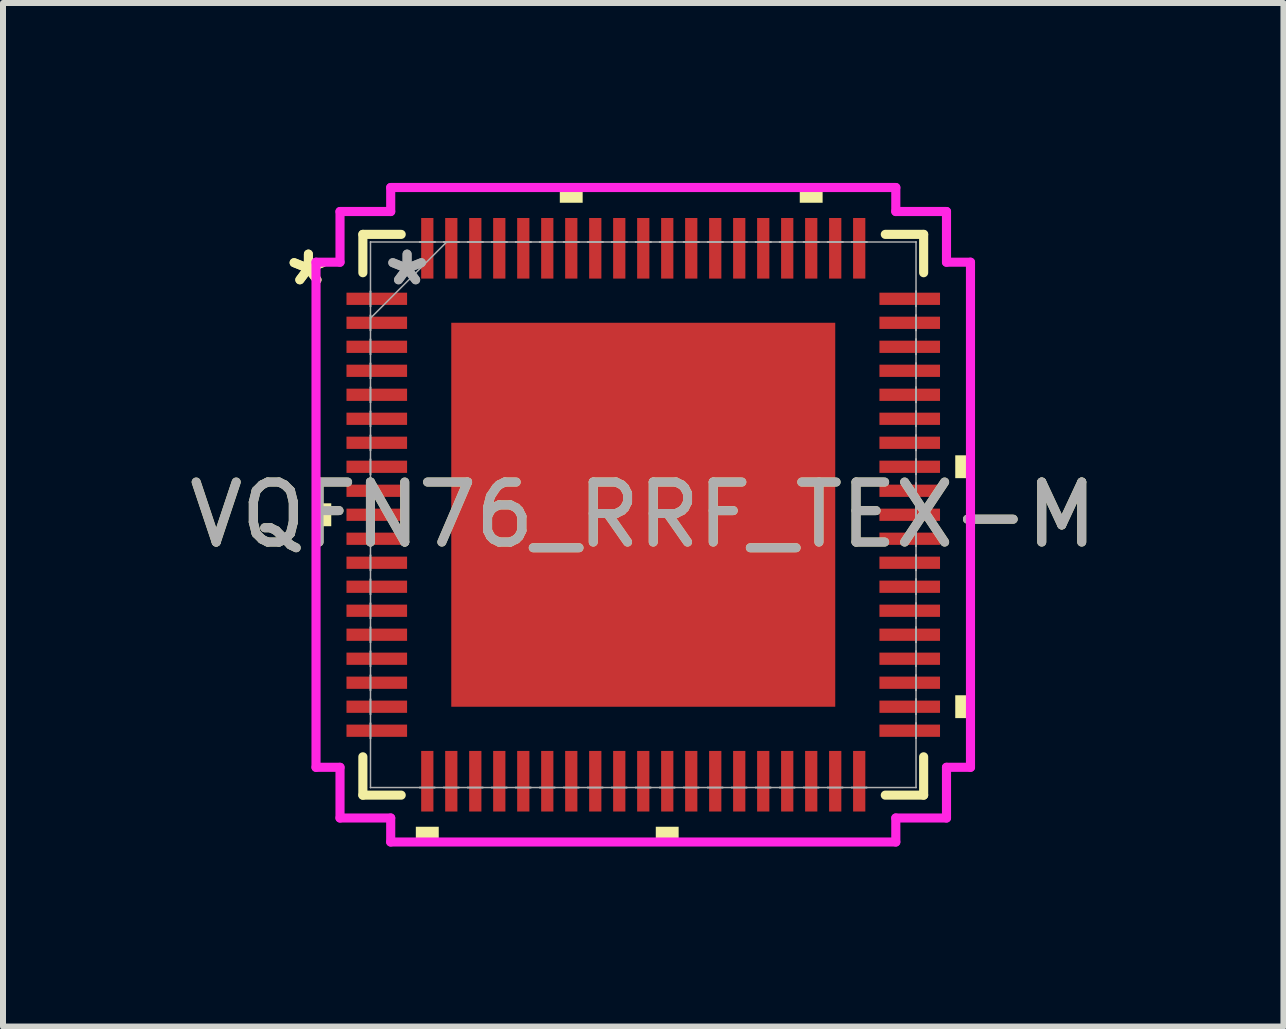
<source format=kicad_pcb>
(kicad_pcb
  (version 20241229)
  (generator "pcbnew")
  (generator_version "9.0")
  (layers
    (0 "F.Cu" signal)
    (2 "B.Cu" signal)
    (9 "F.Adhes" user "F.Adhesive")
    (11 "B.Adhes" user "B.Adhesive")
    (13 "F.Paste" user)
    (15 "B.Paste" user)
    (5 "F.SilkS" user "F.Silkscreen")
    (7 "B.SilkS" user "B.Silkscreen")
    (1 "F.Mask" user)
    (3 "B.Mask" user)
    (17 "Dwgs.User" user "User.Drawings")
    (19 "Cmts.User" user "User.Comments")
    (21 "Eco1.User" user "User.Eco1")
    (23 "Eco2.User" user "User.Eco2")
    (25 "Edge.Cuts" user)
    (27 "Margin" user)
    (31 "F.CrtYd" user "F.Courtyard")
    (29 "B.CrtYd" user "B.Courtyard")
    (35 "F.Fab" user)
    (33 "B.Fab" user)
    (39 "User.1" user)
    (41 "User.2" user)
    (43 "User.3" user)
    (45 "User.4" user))
  (footprint "VQFN76_RRF_TEX-M"
    (layer "F.Cu")
    (at 7.673 5.531)
    (property "Reference" "VQFN76_RRF_TEX-M" (at 0 0 0) (unlocked yes) (layer "F.SilkS") (effects (font (size 1 1) (thickness 0.15))))
    (attr smd)
    (fp_line (start -4.674 -4.674) (end -4.674 -4.035) (stroke (width 0.152) (type solid)) (layer "F.SilkS"))
    (fp_line (start -4.674 4.035) (end -4.674 4.674) (stroke (width 0.152) (type solid)) (layer "F.SilkS"))
    (fp_line (start -4.674 4.674) (end -4.035 4.674) (stroke (width 0.152) (type solid)) (layer "F.SilkS"))
    (fp_line (start -4.035 -4.674) (end -4.674 -4.674) (stroke (width 0.152) (type solid)) (layer "F.SilkS"))
    (fp_line (start 4.035 4.674) (end 4.674 4.674) (stroke (width 0.152) (type solid)) (layer "F.SilkS"))
    (fp_line (start 4.674 -4.674) (end 4.035 -4.674) (stroke (width 0.152) (type solid)) (layer "F.SilkS"))
    (fp_line (start 4.674 -4.035) (end 4.674 -4.674) (stroke (width 0.152) (type solid)) (layer "F.SilkS"))
    (fp_line (start 4.674 4.674) (end 4.674 4.035) (stroke (width 0.152) (type solid)) (layer "F.SilkS"))
    (fp_poly (pts (xy -5.455 -0.191) (xy -5.455 0.191) (xy -5.201 0.191) (xy -5.201 -0.191)) (stroke (width 0) (type solid)) (fill yes) (layer "F.SilkS"))
    (fp_poly (pts (xy -3.791 5.201) (xy -3.791 5.455) (xy -3.409 5.455) (xy -3.409 5.201)) (stroke (width 0) (type solid)) (fill yes) (layer "F.SilkS"))
    (fp_poly (pts (xy -1.391 -5.201) (xy -1.391 -5.455) (xy -1.01 -5.455) (xy -1.01 -5.201)) (stroke (width 0) (type solid)) (fill yes) (layer "F.SilkS"))
    (fp_poly (pts (xy 0.209 5.201) (xy 0.209 5.455) (xy 0.59 5.455) (xy 0.59 5.201)) (stroke (width 0) (type solid)) (fill yes) (layer "F.SilkS"))
    (fp_poly (pts (xy 2.609 -5.201) (xy 2.609 -5.455) (xy 2.99 -5.455) (xy 2.99 -5.201)) (stroke (width 0) (type solid)) (fill yes) (layer "F.SilkS"))
    (fp_poly (pts (xy 5.455 -0.991) (xy 5.455 -0.61) (xy 5.201 -0.61) (xy 5.201 -0.991)) (stroke (width 0) (type solid)) (fill yes) (layer "F.SilkS"))
    (fp_poly (pts (xy 5.455 3.009) (xy 5.455 3.39) (xy 5.201 3.39) (xy 5.201 3.009)) (stroke (width 0) (type solid)) (fill yes) (layer "F.SilkS"))
    (fp_poly (pts (xy -3.1 -3.1) (xy -3.1 -2.02) (xy -2.02 -2.02) (xy -2.02 -3.1)) (stroke (width 0) (type solid)) (fill yes) (layer "F.Paste"))
    (fp_poly (pts (xy -3.1 -1.82) (xy -3.1 -0.74) (xy -2.02 -0.74) (xy -2.02 -1.82)) (stroke (width 0) (type solid)) (fill yes) (layer "F.Paste"))
    (fp_poly (pts (xy -3.1 -0.54) (xy -3.1 0.54) (xy -2.02 0.54) (xy -2.02 -0.54)) (stroke (width 0) (type solid)) (fill yes) (layer "F.Paste"))
    (fp_poly (pts (xy -3.1 0.74) (xy -3.1 1.82) (xy -2.02 1.82) (xy -2.02 0.74)) (stroke (width 0) (type solid)) (fill yes) (layer "F.Paste"))
    (fp_poly (pts (xy -3.1 2.02) (xy -3.1 3.1) (xy -2.02 3.1) (xy -2.02 2.02)) (stroke (width 0) (type solid)) (fill yes) (layer "F.Paste"))
    (fp_poly (pts (xy -1.82 -3.1) (xy -1.82 -2.02) (xy -0.74 -2.02) (xy -0.74 -3.1)) (stroke (width 0) (type solid)) (fill yes) (layer "F.Paste"))
    (fp_poly (pts (xy -1.82 -1.82) (xy -1.82 -0.74) (xy -0.74 -0.74) (xy -0.74 -1.82)) (stroke (width 0) (type solid)) (fill yes) (layer "F.Paste"))
    (fp_poly (pts (xy -1.82 -0.54) (xy -1.82 0.54) (xy -0.74 0.54) (xy -0.74 -0.54)) (stroke (width 0) (type solid)) (fill yes) (layer "F.Paste"))
    (fp_poly (pts (xy -1.82 0.74) (xy -1.82 1.82) (xy -0.74 1.82) (xy -0.74 0.74)) (stroke (width 0) (type solid)) (fill yes) (layer "F.Paste"))
    (fp_poly (pts (xy -1.82 2.02) (xy -1.82 3.1) (xy -0.74 3.1) (xy -0.74 2.02)) (stroke (width 0) (type solid)) (fill yes) (layer "F.Paste"))
    (fp_poly (pts (xy -0.54 -3.1) (xy -0.54 -2.02) (xy 0.54 -2.02) (xy 0.54 -3.1)) (stroke (width 0) (type solid)) (fill yes) (layer "F.Paste"))
    (fp_poly (pts (xy -0.54 -1.82) (xy -0.54 -0.74) (xy 0.54 -0.74) (xy 0.54 -1.82)) (stroke (width 0) (type solid)) (fill yes) (layer "F.Paste"))
    (fp_poly (pts (xy -0.54 -0.54) (xy -0.54 0.54) (xy 0.54 0.54) (xy 0.54 -0.54)) (stroke (width 0) (type solid)) (fill yes) (layer "F.Paste"))
    (fp_poly (pts (xy -0.54 0.74) (xy -0.54 1.82) (xy 0.54 1.82) (xy 0.54 0.74)) (stroke (width 0) (type solid)) (fill yes) (layer "F.Paste"))
    (fp_poly (pts (xy -0.54 2.02) (xy -0.54 3.1) (xy 0.54 3.1) (xy 0.54 2.02)) (stroke (width 0) (type solid)) (fill yes) (layer "F.Paste"))
    (fp_poly (pts (xy 0.74 -3.1) (xy 0.74 -2.02) (xy 1.82 -2.02) (xy 1.82 -3.1)) (stroke (width 0) (type solid)) (fill yes) (layer "F.Paste"))
    (fp_poly (pts (xy 0.74 -1.82) (xy 0.74 -0.74) (xy 1.82 -0.74) (xy 1.82 -1.82)) (stroke (width 0) (type solid)) (fill yes) (layer "F.Paste"))
    (fp_poly (pts (xy 0.74 -0.54) (xy 0.74 0.54) (xy 1.82 0.54) (xy 1.82 -0.54)) (stroke (width 0) (type solid)) (fill yes) (layer "F.Paste"))
    (fp_poly (pts (xy 0.74 0.74) (xy 0.74 1.82) (xy 1.82 1.82) (xy 1.82 0.74)) (stroke (width 0) (type solid)) (fill yes) (layer "F.Paste"))
    (fp_poly (pts (xy 0.74 2.02) (xy 0.74 3.1) (xy 1.82 3.1) (xy 1.82 2.02)) (stroke (width 0) (type solid)) (fill yes) (layer "F.Paste"))
    (fp_poly (pts (xy 2.02 -3.1) (xy 2.02 -2.02) (xy 3.1 -2.02) (xy 3.1 -3.1)) (stroke (width 0) (type solid)) (fill yes) (layer "F.Paste"))
    (fp_poly (pts (xy 2.02 -1.82) (xy 2.02 -0.74) (xy 3.1 -0.74) (xy 3.1 -1.82)) (stroke (width 0) (type solid)) (fill yes) (layer "F.Paste"))
    (fp_poly (pts (xy 2.02 -0.54) (xy 2.02 0.54) (xy 3.1 0.54) (xy 3.1 -0.54)) (stroke (width 0) (type solid)) (fill yes) (layer "F.Paste"))
    (fp_poly (pts (xy 2.02 0.74) (xy 2.02 1.82) (xy 3.1 1.82) (xy 3.1 0.74)) (stroke (width 0) (type solid)) (fill yes) (layer "F.Paste"))
    (fp_poly (pts (xy 2.02 2.02) (xy 2.02 3.1) (xy 3.1 3.1) (xy 3.1 2.02)) (stroke (width 0) (type solid)) (fill yes) (layer "F.Paste"))
    (fp_line (start -5.455 -4.21) (end -5.055 -4.21) (stroke (width 0.152) (type solid)) (layer "F.CrtYd"))
    (fp_line (start -5.455 4.21) (end -5.455 -4.21) (stroke (width 0.152) (type solid)) (layer "F.CrtYd"))
    (fp_line (start -5.055 -5.055) (end -4.21 -5.055) (stroke (width 0.152) (type solid)) (layer "F.CrtYd"))
    (fp_line (start -5.055 -4.21) (end -5.055 -5.055) (stroke (width 0.152) (type solid)) (layer "F.CrtYd"))
    (fp_line (start -5.055 4.21) (end -5.455 4.21) (stroke (width 0.152) (type solid)) (layer "F.CrtYd"))
    (fp_line (start -5.055 5.055) (end -5.055 4.21) (stroke (width 0.152) (type solid)) (layer "F.CrtYd"))
    (fp_line (start -4.21 -5.455) (end 4.21 -5.455) (stroke (width 0.152) (type solid)) (layer "F.CrtYd"))
    (fp_line (start -4.21 -5.055) (end -4.21 -5.455) (stroke (width 0.152) (type solid)) (layer "F.CrtYd"))
    (fp_line (start -4.21 5.055) (end -5.055 5.055) (stroke (width 0.152) (type solid)) (layer "F.CrtYd"))
    (fp_line (start -4.21 5.455) (end -4.21 5.055) (stroke (width 0.152) (type solid)) (layer "F.CrtYd"))
    (fp_line (start 4.21 -5.455) (end 4.21 -5.055) (stroke (width 0.152) (type solid)) (layer "F.CrtYd"))
    (fp_line (start 4.21 -5.055) (end 5.055 -5.055) (stroke (width 0.152) (type solid)) (layer "F.CrtYd"))
    (fp_line (start 4.21 5.055) (end 4.21 5.455) (stroke (width 0.152) (type solid)) (layer "F.CrtYd"))
    (fp_line (start 4.21 5.455) (end -4.21 5.455) (stroke (width 0.152) (type solid)) (layer "F.CrtYd"))
    (fp_line (start 5.055 -5.055) (end 5.055 -4.21) (stroke (width 0.152) (type solid)) (layer "F.CrtYd"))
    (fp_line (start 5.055 -4.21) (end 5.455 -4.21) (stroke (width 0.152) (type solid)) (layer "F.CrtYd"))
    (fp_line (start 5.055 4.21) (end 5.055 5.055) (stroke (width 0.152) (type solid)) (layer "F.CrtYd"))
    (fp_line (start 5.055 5.055) (end 4.21 5.055) (stroke (width 0.152) (type solid)) (layer "F.CrtYd"))
    (fp_line (start 5.455 -4.21) (end 5.455 4.21) (stroke (width 0.152) (type solid)) (layer "F.CrtYd"))
    (fp_line (start 5.455 4.21) (end 5.055 4.21) (stroke (width 0.152) (type solid)) (layer "F.CrtYd"))
    (fp_line (start -4.547 -4.547) (end -4.547 -4.547) (stroke (width 0.025) (type solid)) (layer "F.Fab"))
    (fp_line (start -4.547 -4.547) (end -4.547 4.547) (stroke (width 0.025) (type solid)) (layer "F.Fab"))
    (fp_line (start -4.547 -3.727) (end -4.547 -3.727) (stroke (width 0.025) (type solid)) (layer "F.Fab"))
    (fp_line (start -4.547 -3.727) (end -4.547 -3.473) (stroke (width 0.025) (type solid)) (layer "F.Fab"))
    (fp_line (start -4.547 -3.473) (end -4.547 -3.727) (stroke (width 0.025) (type solid)) (layer "F.Fab"))
    (fp_line (start -4.547 -3.473) (end -4.547 -3.473) (stroke (width 0.025) (type solid)) (layer "F.Fab"))
    (fp_line (start -4.547 -3.327) (end -4.547 -3.327) (stroke (width 0.025) (type solid)) (layer "F.Fab"))
    (fp_line (start -4.547 -3.327) (end -4.547 -3.073) (stroke (width 0.025) (type solid)) (layer "F.Fab"))
    (fp_line (start -4.547 -3.277) (end -3.277 -4.547) (stroke (width 0.025) (type solid)) (layer "F.Fab"))
    (fp_line (start -4.547 -3.073) (end -4.547 -3.327) (stroke (width 0.025) (type solid)) (layer "F.Fab"))
    (fp_line (start -4.547 -3.073) (end -4.547 -3.073) (stroke (width 0.025) (type solid)) (layer "F.Fab"))
    (fp_line (start -4.547 -2.927) (end -4.547 -2.927) (stroke (width 0.025) (type solid)) (layer "F.Fab"))
    (fp_line (start -4.547 -2.927) (end -4.547 -2.673) (stroke (width 0.025) (type solid)) (layer "F.Fab"))
    (fp_line (start -4.547 -2.673) (end -4.547 -2.927) (stroke (width 0.025) (type solid)) (layer "F.Fab"))
    (fp_line (start -4.547 -2.673) (end -4.547 -2.673) (stroke (width 0.025) (type solid)) (layer "F.Fab"))
    (fp_line (start -4.547 -2.527) (end -4.547 -2.527) (stroke (width 0.025) (type solid)) (layer "F.Fab"))
    (fp_line (start -4.547 -2.527) (end -4.547 -2.273) (stroke (width 0.025) (type solid)) (layer "F.Fab"))
    (fp_line (start -4.547 -2.273) (end -4.547 -2.527) (stroke (width 0.025) (type solid)) (layer "F.Fab"))
    (fp_line (start -4.547 -2.273) (end -4.547 -2.273) (stroke (width 0.025) (type solid)) (layer "F.Fab"))
    (fp_line (start -4.547 -2.127) (end -4.547 -2.127) (stroke (width 0.025) (type solid)) (layer "F.Fab"))
    (fp_line (start -4.547 -2.127) (end -4.547 -1.873) (stroke (width 0.025) (type solid)) (layer "F.Fab"))
    (fp_line (start -4.547 -1.873) (end -4.547 -2.127) (stroke (width 0.025) (type solid)) (layer "F.Fab"))
    (fp_line (start -4.547 -1.873) (end -4.547 -1.873) (stroke (width 0.025) (type solid)) (layer "F.Fab"))
    (fp_line (start -4.547 -1.727) (end -4.547 -1.727) (stroke (width 0.025) (type solid)) (layer "F.Fab"))
    (fp_line (start -4.547 -1.727) (end -4.547 -1.473) (stroke (width 0.025) (type solid)) (layer "F.Fab"))
    (fp_line (start -4.547 -1.473) (end -4.547 -1.727) (stroke (width 0.025) (type solid)) (layer "F.Fab"))
    (fp_line (start -4.547 -1.473) (end -4.547 -1.473) (stroke (width 0.025) (type solid)) (layer "F.Fab"))
    (fp_line (start -4.547 -1.327) (end -4.547 -1.327) (stroke (width 0.025) (type solid)) (layer "F.Fab"))
    (fp_line (start -4.547 -1.327) (end -4.547 -1.073) (stroke (width 0.025) (type solid)) (layer "F.Fab"))
    (fp_line (start -4.547 -1.073) (end -4.547 -1.327) (stroke (width 0.025) (type solid)) (layer "F.Fab"))
    (fp_line (start -4.547 -1.073) (end -4.547 -1.073) (stroke (width 0.025) (type solid)) (layer "F.Fab"))
    (fp_line (start -4.547 -0.927) (end -4.547 -0.927) (stroke (width 0.025) (type solid)) (layer "F.Fab"))
    (fp_line (start -4.547 -0.927) (end -4.547 -0.673) (stroke (width 0.025) (type solid)) (layer "F.Fab"))
    (fp_line (start -4.547 -0.673) (end -4.547 -0.927) (stroke (width 0.025) (type solid)) (layer "F.Fab"))
    (fp_line (start -4.547 -0.673) (end -4.547 -0.673) (stroke (width 0.025) (type solid)) (layer "F.Fab"))
    (fp_line (start -4.547 -0.527) (end -4.547 -0.527) (stroke (width 0.025) (type solid)) (layer "F.Fab"))
    (fp_line (start -4.547 -0.527) (end -4.547 -0.273) (stroke (width 0.025) (type solid)) (layer "F.Fab"))
    (fp_line (start -4.547 -0.273) (end -4.547 -0.527) (stroke (width 0.025) (type solid)) (layer "F.Fab"))
    (fp_line (start -4.547 -0.273) (end -4.547 -0.273) (stroke (width 0.025) (type solid)) (layer "F.Fab"))
    (fp_line (start -4.547 -0.127) (end -4.547 -0.127) (stroke (width 0.025) (type solid)) (layer "F.Fab"))
    (fp_line (start -4.547 -0.127) (end -4.547 0.127) (stroke (width 0.025) (type solid)) (layer "F.Fab"))
    (fp_line (start -4.547 0.127) (end -4.547 -0.127) (stroke (width 0.025) (type solid)) (layer "F.Fab"))
    (fp_line (start -4.547 0.127) (end -4.547 0.127) (stroke (width 0.025) (type solid)) (layer "F.Fab"))
    (fp_line (start -4.547 0.273) (end -4.547 0.273) (stroke (width 0.025) (type solid)) (layer "F.Fab"))
    (fp_line (start -4.547 0.273) (end -4.547 0.527) (stroke (width 0.025) (type solid)) (layer "F.Fab"))
    (fp_line (start -4.547 0.527) (end -4.547 0.273) (stroke (width 0.025) (type solid)) (layer "F.Fab"))
    (fp_line (start -4.547 0.527) (end -4.547 0.527) (stroke (width 0.025) (type solid)) (layer "F.Fab"))
    (fp_line (start -4.547 0.673) (end -4.547 0.673) (stroke (width 0.025) (type solid)) (layer "F.Fab"))
    (fp_line (start -4.547 0.673) (end -4.547 0.927) (stroke (width 0.025) (type solid)) (layer "F.Fab"))
    (fp_line (start -4.547 0.927) (end -4.547 0.673) (stroke (width 0.025) (type solid)) (layer "F.Fab"))
    (fp_line (start -4.547 0.927) (end -4.547 0.927) (stroke (width 0.025) (type solid)) (layer "F.Fab"))
    (fp_line (start -4.547 1.073) (end -4.547 1.073) (stroke (width 0.025) (type solid)) (layer "F.Fab"))
    (fp_line (start -4.547 1.073) (end -4.547 1.327) (stroke (width 0.025) (type solid)) (layer "F.Fab"))
    (fp_line (start -4.547 1.327) (end -4.547 1.073) (stroke (width 0.025) (type solid)) (layer "F.Fab"))
    (fp_line (start -4.547 1.327) (end -4.547 1.327) (stroke (width 0.025) (type solid)) (layer "F.Fab"))
    (fp_line (start -4.547 1.473) (end -4.547 1.473) (stroke (width 0.025) (type solid)) (layer "F.Fab"))
    (fp_line (start -4.547 1.473) (end -4.547 1.727) (stroke (width 0.025) (type solid)) (layer "F.Fab"))
    (fp_line (start -4.547 1.727) (end -4.547 1.473) (stroke (width 0.025) (type solid)) (layer "F.Fab"))
    (fp_line (start -4.547 1.727) (end -4.547 1.727) (stroke (width 0.025) (type solid)) (layer "F.Fab"))
    (fp_line (start -4.547 1.873) (end -4.547 1.873) (stroke (width 0.025) (type solid)) (layer "F.Fab"))
    (fp_line (start -4.547 1.873) (end -4.547 2.127) (stroke (width 0.025) (type solid)) (layer "F.Fab"))
    (fp_line (start -4.547 2.127) (end -4.547 1.873) (stroke (width 0.025) (type solid)) (layer "F.Fab"))
    (fp_line (start -4.547 2.127) (end -4.547 2.127) (stroke (width 0.025) (type solid)) (layer "F.Fab"))
    (fp_line (start -4.547 2.273) (end -4.547 2.273) (stroke (width 0.025) (type solid)) (layer "F.Fab"))
    (fp_line (start -4.547 2.273) (end -4.547 2.527) (stroke (width 0.025) (type solid)) (layer "F.Fab"))
    (fp_line (start -4.547 2.527) (end -4.547 2.273) (stroke (width 0.025) (type solid)) (layer "F.Fab"))
    (fp_line (start -4.547 2.527) (end -4.547 2.527) (stroke (width 0.025) (type solid)) (layer "F.Fab"))
    (fp_line (start -4.547 2.673) (end -4.547 2.673) (stroke (width 0.025) (type solid)) (layer "F.Fab"))
    (fp_line (start -4.547 2.673) (end -4.547 2.927) (stroke (width 0.025) (type solid)) (layer "F.Fab"))
    (fp_line (start -4.547 2.927) (end -4.547 2.673) (stroke (width 0.025) (type solid)) (layer "F.Fab"))
    (fp_line (start -4.547 2.927) (end -4.547 2.927) (stroke (width 0.025) (type solid)) (layer "F.Fab"))
    (fp_line (start -4.547 3.073) (end -4.547 3.073) (stroke (width 0.025) (type solid)) (layer "F.Fab"))
    (fp_line (start -4.547 3.073) (end -4.547 3.327) (stroke (width 0.025) (type solid)) (layer "F.Fab"))
    (fp_line (start -4.547 3.327) (end -4.547 3.073) (stroke (width 0.025) (type solid)) (layer "F.Fab"))
    (fp_line (start -4.547 3.327) (end -4.547 3.327) (stroke (width 0.025) (type solid)) (layer "F.Fab"))
    (fp_line (start -4.547 3.473) (end -4.547 3.473) (stroke (width 0.025) (type solid)) (layer "F.Fab"))
    (fp_line (start -4.547 3.473) (end -4.547 3.727) (stroke (width 0.025) (type solid)) (layer "F.Fab"))
    (fp_line (start -4.547 3.727) (end -4.547 3.473) (stroke (width 0.025) (type solid)) (layer "F.Fab"))
    (fp_line (start -4.547 3.727) (end -4.547 3.727) (stroke (width 0.025) (type solid)) (layer "F.Fab"))
    (fp_line (start -4.547 4.547) (end -4.547 4.547) (stroke (width 0.025) (type solid)) (layer "F.Fab"))
    (fp_line (start -4.547 4.547) (end 4.547 4.547) (stroke (width 0.025) (type solid)) (layer "F.Fab"))
    (fp_line (start -3.727 -4.547) (end -3.727 -4.547) (stroke (width 0.025) (type solid)) (layer "F.Fab"))
    (fp_line (start -3.727 -4.547) (end -3.473 -4.547) (stroke (width 0.025) (type solid)) (layer "F.Fab"))
    (fp_line (start -3.727 4.547) (end -3.727 4.547) (stroke (width 0.025) (type solid)) (layer "F.Fab"))
    (fp_line (start -3.727 4.547) (end -3.473 4.547) (stroke (width 0.025) (type solid)) (layer "F.Fab"))
    (fp_line (start -3.473 -4.547) (end -3.727 -4.547) (stroke (width 0.025) (type solid)) (layer "F.Fab"))
    (fp_line (start -3.473 -4.547) (end -3.473 -4.547) (stroke (width 0.025) (type solid)) (layer "F.Fab"))
    (fp_line (start -3.473 4.547) (end -3.727 4.547) (stroke (width 0.025) (type solid)) (layer "F.Fab"))
    (fp_line (start -3.473 4.547) (end -3.473 4.547) (stroke (width 0.025) (type solid)) (layer "F.Fab"))
    (fp_line (start -3.327 -4.547) (end -3.327 -4.547) (stroke (width 0.025) (type solid)) (layer "F.Fab"))
    (fp_line (start -3.327 -4.547) (end -3.073 -4.547) (stroke (width 0.025) (type solid)) (layer "F.Fab"))
    (fp_line (start -3.327 4.547) (end -3.327 4.547) (stroke (width 0.025) (type solid)) (layer "F.Fab"))
    (fp_line (start -3.327 4.547) (end -3.073 4.547) (stroke (width 0.025) (type solid)) (layer "F.Fab"))
    (fp_line (start -3.073 -4.547) (end -3.327 -4.547) (stroke (width 0.025) (type solid)) (layer "F.Fab"))
    (fp_line (start -3.073 -4.547) (end -3.073 -4.547) (stroke (width 0.025) (type solid)) (layer "F.Fab"))
    (fp_line (start -3.073 4.547) (end -3.327 4.547) (stroke (width 0.025) (type solid)) (layer "F.Fab"))
    (fp_line (start -3.073 4.547) (end -3.073 4.547) (stroke (width 0.025) (type solid)) (layer "F.Fab"))
    (fp_line (start -2.927 -4.547) (end -2.927 -4.547) (stroke (width 0.025) (type solid)) (layer "F.Fab"))
    (fp_line (start -2.927 -4.547) (end -2.673 -4.547) (stroke (width 0.025) (type solid)) (layer "F.Fab"))
    (fp_line (start -2.927 4.547) (end -2.927 4.547) (stroke (width 0.025) (type solid)) (layer "F.Fab"))
    (fp_line (start -2.927 4.547) (end -2.673 4.547) (stroke (width 0.025) (type solid)) (layer "F.Fab"))
    (fp_line (start -2.673 -4.547) (end -2.927 -4.547) (stroke (width 0.025) (type solid)) (layer "F.Fab"))
    (fp_line (start -2.673 -4.547) (end -2.673 -4.547) (stroke (width 0.025) (type solid)) (layer "F.Fab"))
    (fp_line (start -2.673 4.547) (end -2.927 4.547) (stroke (width 0.025) (type solid)) (layer "F.Fab"))
    (fp_line (start -2.673 4.547) (end -2.673 4.547) (stroke (width 0.025) (type solid)) (layer "F.Fab"))
    (fp_line (start -2.527 -4.547) (end -2.527 -4.547) (stroke (width 0.025) (type solid)) (layer "F.Fab"))
    (fp_line (start -2.527 -4.547) (end -2.273 -4.547) (stroke (width 0.025) (type solid)) (layer "F.Fab"))
    (fp_line (start -2.527 4.547) (end -2.527 4.547) (stroke (width 0.025) (type solid)) (layer "F.Fab"))
    (fp_line (start -2.527 4.547) (end -2.273 4.547) (stroke (width 0.025) (type solid)) (layer "F.Fab"))
    (fp_line (start -2.273 -4.547) (end -2.527 -4.547) (stroke (width 0.025) (type solid)) (layer "F.Fab"))
    (fp_line (start -2.273 -4.547) (end -2.273 -4.547) (stroke (width 0.025) (type solid)) (layer "F.Fab"))
    (fp_line (start -2.273 4.547) (end -2.527 4.547) (stroke (width 0.025) (type solid)) (layer "F.Fab"))
    (fp_line (start -2.273 4.547) (end -2.273 4.547) (stroke (width 0.025) (type solid)) (layer "F.Fab"))
    (fp_line (start -2.127 -4.547) (end -2.127 -4.547) (stroke (width 0.025) (type solid)) (layer "F.Fab"))
    (fp_line (start -2.127 -4.547) (end -1.873 -4.547) (stroke (width 0.025) (type solid)) (layer "F.Fab"))
    (fp_line (start -2.127 4.547) (end -2.127 4.547) (stroke (width 0.025) (type solid)) (layer "F.Fab"))
    (fp_line (start -2.127 4.547) (end -1.873 4.547) (stroke (width 0.025) (type solid)) (layer "F.Fab"))
    (fp_line (start -1.873 -4.547) (end -2.127 -4.547) (stroke (width 0.025) (type solid)) (layer "F.Fab"))
    (fp_line (start -1.873 -4.547) (end -1.873 -4.547) (stroke (width 0.025) (type solid)) (layer "F.Fab"))
    (fp_line (start -1.873 4.547) (end -2.127 4.547) (stroke (width 0.025) (type solid)) (layer "F.Fab"))
    (fp_line (start -1.873 4.547) (end -1.873 4.547) (stroke (width 0.025) (type solid)) (layer "F.Fab"))
    (fp_line (start -1.727 -4.547) (end -1.727 -4.547) (stroke (width 0.025) (type solid)) (layer "F.Fab"))
    (fp_line (start -1.727 -4.547) (end -1.473 -4.547) (stroke (width 0.025) (type solid)) (layer "F.Fab"))
    (fp_line (start -1.727 4.547) (end -1.727 4.547) (stroke (width 0.025) (type solid)) (layer "F.Fab"))
    (fp_line (start -1.727 4.547) (end -1.473 4.547) (stroke (width 0.025) (type solid)) (layer "F.Fab"))
    (fp_line (start -1.473 -4.547) (end -1.727 -4.547) (stroke (width 0.025) (type solid)) (layer "F.Fab"))
    (fp_line (start -1.473 -4.547) (end -1.473 -4.547) (stroke (width 0.025) (type solid)) (layer "F.Fab"))
    (fp_line (start -1.473 4.547) (end -1.727 4.547) (stroke (width 0.025) (type solid)) (layer "F.Fab"))
    (fp_line (start -1.473 4.547) (end -1.473 4.547) (stroke (width 0.025) (type solid)) (layer "F.Fab"))
    (fp_line (start -1.327 -4.547) (end -1.327 -4.547) (stroke (width 0.025) (type solid)) (layer "F.Fab"))
    (fp_line (start -1.327 -4.547) (end -1.073 -4.547) (stroke (width 0.025) (type solid)) (layer "F.Fab"))
    (fp_line (start -1.327 4.547) (end -1.327 4.547) (stroke (width 0.025) (type solid)) (layer "F.Fab"))
    (fp_line (start -1.327 4.547) (end -1.073 4.547) (stroke (width 0.025) (type solid)) (layer "F.Fab"))
    (fp_line (start -1.073 -4.547) (end -1.327 -4.547) (stroke (width 0.025) (type solid)) (layer "F.Fab"))
    (fp_line (start -1.073 -4.547) (end -1.073 -4.547) (stroke (width 0.025) (type solid)) (layer "F.Fab"))
    (fp_line (start -1.073 4.547) (end -1.327 4.547) (stroke (width 0.025) (type solid)) (layer "F.Fab"))
    (fp_line (start -1.073 4.547) (end -1.073 4.547) (stroke (width 0.025) (type solid)) (layer "F.Fab"))
    (fp_line (start -0.927 -4.547) (end -0.927 -4.547) (stroke (width 0.025) (type solid)) (layer "F.Fab"))
    (fp_line (start -0.927 -4.547) (end -0.673 -4.547) (stroke (width 0.025) (type solid)) (layer "F.Fab"))
    (fp_line (start -0.927 4.547) (end -0.927 4.547) (stroke (width 0.025) (type solid)) (layer "F.Fab"))
    (fp_line (start -0.927 4.547) (end -0.673 4.547) (stroke (width 0.025) (type solid)) (layer "F.Fab"))
    (fp_line (start -0.673 -4.547) (end -0.927 -4.547) (stroke (width 0.025) (type solid)) (layer "F.Fab"))
    (fp_line (start -0.673 -4.547) (end -0.673 -4.547) (stroke (width 0.025) (type solid)) (layer "F.Fab"))
    (fp_line (start -0.673 4.547) (end -0.927 4.547) (stroke (width 0.025) (type solid)) (layer "F.Fab"))
    (fp_line (start -0.673 4.547) (end -0.673 4.547) (stroke (width 0.025) (type solid)) (layer "F.Fab"))
    (fp_line (start -0.527 -4.547) (end -0.527 -4.547) (stroke (width 0.025) (type solid)) (layer "F.Fab"))
    (fp_line (start -0.527 -4.547) (end -0.273 -4.547) (stroke (width 0.025) (type solid)) (layer "F.Fab"))
    (fp_line (start -0.527 4.547) (end -0.527 4.547) (stroke (width 0.025) (type solid)) (layer "F.Fab"))
    (fp_line (start -0.527 4.547) (end -0.273 4.547) (stroke (width 0.025) (type solid)) (layer "F.Fab"))
    (fp_line (start -0.273 -4.547) (end -0.527 -4.547) (stroke (width 0.025) (type solid)) (layer "F.Fab"))
    (fp_line (start -0.273 -4.547) (end -0.273 -4.547) (stroke (width 0.025) (type solid)) (layer "F.Fab"))
    (fp_line (start -0.273 4.547) (end -0.527 4.547) (stroke (width 0.025) (type solid)) (layer "F.Fab"))
    (fp_line (start -0.273 4.547) (end -0.273 4.547) (stroke (width 0.025) (type solid)) (layer "F.Fab"))
    (fp_line (start -0.127 -4.547) (end -0.127 -4.547) (stroke (width 0.025) (type solid)) (layer "F.Fab"))
    (fp_line (start -0.127 -4.547) (end 0.127 -4.547) (stroke (width 0.025) (type solid)) (layer "F.Fab"))
    (fp_line (start -0.127 4.547) (end -0.127 4.547) (stroke (width 0.025) (type solid)) (layer "F.Fab"))
    (fp_line (start -0.127 4.547) (end 0.127 4.547) (stroke (width 0.025) (type solid)) (layer "F.Fab"))
    (fp_line (start 0.127 -4.547) (end -0.127 -4.547) (stroke (width 0.025) (type solid)) (layer "F.Fab"))
    (fp_line (start 0.127 -4.547) (end 0.127 -4.547) (stroke (width 0.025) (type solid)) (layer "F.Fab"))
    (fp_line (start 0.127 4.547) (end -0.127 4.547) (stroke (width 0.025) (type solid)) (layer "F.Fab"))
    (fp_line (start 0.127 4.547) (end 0.127 4.547) (stroke (width 0.025) (type solid)) (layer "F.Fab"))
    (fp_line (start 0.273 -4.547) (end 0.273 -4.547) (stroke (width 0.025) (type solid)) (layer "F.Fab"))
    (fp_line (start 0.273 -4.547) (end 0.527 -4.547) (stroke (width 0.025) (type solid)) (layer "F.Fab"))
    (fp_line (start 0.273 4.547) (end 0.273 4.547) (stroke (width 0.025) (type solid)) (layer "F.Fab"))
    (fp_line (start 0.273 4.547) (end 0.527 4.547) (stroke (width 0.025) (type solid)) (layer "F.Fab"))
    (fp_line (start 0.527 -4.547) (end 0.273 -4.547) (stroke (width 0.025) (type solid)) (layer "F.Fab"))
    (fp_line (start 0.527 -4.547) (end 0.527 -4.547) (stroke (width 0.025) (type solid)) (layer "F.Fab"))
    (fp_line (start 0.527 4.547) (end 0.273 4.547) (stroke (width 0.025) (type solid)) (layer "F.Fab"))
    (fp_line (start 0.527 4.547) (end 0.527 4.547) (stroke (width 0.025) (type solid)) (layer "F.Fab"))
    (fp_line (start 0.673 -4.547) (end 0.673 -4.547) (stroke (width 0.025) (type solid)) (layer "F.Fab"))
    (fp_line (start 0.673 -4.547) (end 0.927 -4.547) (stroke (width 0.025) (type solid)) (layer "F.Fab"))
    (fp_line (start 0.673 4.547) (end 0.673 4.547) (stroke (width 0.025) (type solid)) (layer "F.Fab"))
    (fp_line (start 0.673 4.547) (end 0.927 4.547) (stroke (width 0.025) (type solid)) (layer "F.Fab"))
    (fp_line (start 0.927 -4.547) (end 0.673 -4.547) (stroke (width 0.025) (type solid)) (layer "F.Fab"))
    (fp_line (start 0.927 -4.547) (end 0.927 -4.547) (stroke (width 0.025) (type solid)) (layer "F.Fab"))
    (fp_line (start 0.927 4.547) (end 0.673 4.547) (stroke (width 0.025) (type solid)) (layer "F.Fab"))
    (fp_line (start 0.927 4.547) (end 0.927 4.547) (stroke (width 0.025) (type solid)) (layer "F.Fab"))
    (fp_line (start 1.073 -4.547) (end 1.073 -4.547) (stroke (width 0.025) (type solid)) (layer "F.Fab"))
    (fp_line (start 1.073 -4.547) (end 1.327 -4.547) (stroke (width 0.025) (type solid)) (layer "F.Fab"))
    (fp_line (start 1.073 4.547) (end 1.073 4.547) (stroke (width 0.025) (type solid)) (layer "F.Fab"))
    (fp_line (start 1.073 4.547) (end 1.327 4.547) (stroke (width 0.025) (type solid)) (layer "F.Fab"))
    (fp_line (start 1.327 -4.547) (end 1.073 -4.547) (stroke (width 0.025) (type solid)) (layer "F.Fab"))
    (fp_line (start 1.327 -4.547) (end 1.327 -4.547) (stroke (width 0.025) (type solid)) (layer "F.Fab"))
    (fp_line (start 1.327 4.547) (end 1.073 4.547) (stroke (width 0.025) (type solid)) (layer "F.Fab"))
    (fp_line (start 1.327 4.547) (end 1.327 4.547) (stroke (width 0.025) (type solid)) (layer "F.Fab"))
    (fp_line (start 1.473 -4.547) (end 1.473 -4.547) (stroke (width 0.025) (type solid)) (layer "F.Fab"))
    (fp_line (start 1.473 -4.547) (end 1.727 -4.547) (stroke (width 0.025) (type solid)) (layer "F.Fab"))
    (fp_line (start 1.473 4.547) (end 1.473 4.547) (stroke (width 0.025) (type solid)) (layer "F.Fab"))
    (fp_line (start 1.473 4.547) (end 1.727 4.547) (stroke (width 0.025) (type solid)) (layer "F.Fab"))
    (fp_line (start 1.727 -4.547) (end 1.473 -4.547) (stroke (width 0.025) (type solid)) (layer "F.Fab"))
    (fp_line (start 1.727 -4.547) (end 1.727 -4.547) (stroke (width 0.025) (type solid)) (layer "F.Fab"))
    (fp_line (start 1.727 4.547) (end 1.473 4.547) (stroke (width 0.025) (type solid)) (layer "F.Fab"))
    (fp_line (start 1.727 4.547) (end 1.727 4.547) (stroke (width 0.025) (type solid)) (layer "F.Fab"))
    (fp_line (start 1.873 -4.547) (end 1.873 -4.547) (stroke (width 0.025) (type solid)) (layer "F.Fab"))
    (fp_line (start 1.873 -4.547) (end 2.127 -4.547) (stroke (width 0.025) (type solid)) (layer "F.Fab"))
    (fp_line (start 1.873 4.547) (end 1.873 4.547) (stroke (width 0.025) (type solid)) (layer "F.Fab"))
    (fp_line (start 1.873 4.547) (end 2.127 4.547) (stroke (width 0.025) (type solid)) (layer "F.Fab"))
    (fp_line (start 2.127 -4.547) (end 1.873 -4.547) (stroke (width 0.025) (type solid)) (layer "F.Fab"))
    (fp_line (start 2.127 -4.547) (end 2.127 -4.547) (stroke (width 0.025) (type solid)) (layer "F.Fab"))
    (fp_line (start 2.127 4.547) (end 1.873 4.547) (stroke (width 0.025) (type solid)) (layer "F.Fab"))
    (fp_line (start 2.127 4.547) (end 2.127 4.547) (stroke (width 0.025) (type solid)) (layer "F.Fab"))
    (fp_line (start 2.273 -4.547) (end 2.273 -4.547) (stroke (width 0.025) (type solid)) (layer "F.Fab"))
    (fp_line (start 2.273 -4.547) (end 2.527 -4.547) (stroke (width 0.025) (type solid)) (layer "F.Fab"))
    (fp_line (start 2.273 4.547) (end 2.273 4.547) (stroke (width 0.025) (type solid)) (layer "F.Fab"))
    (fp_line (start 2.273 4.547) (end 2.527 4.547) (stroke (width 0.025) (type solid)) (layer "F.Fab"))
    (fp_line (start 2.527 -4.547) (end 2.273 -4.547) (stroke (width 0.025) (type solid)) (layer "F.Fab"))
    (fp_line (start 2.527 -4.547) (end 2.527 -4.547) (stroke (width 0.025) (type solid)) (layer "F.Fab"))
    (fp_line (start 2.527 4.547) (end 2.273 4.547) (stroke (width 0.025) (type solid)) (layer "F.Fab"))
    (fp_line (start 2.527 4.547) (end 2.527 4.547) (stroke (width 0.025) (type solid)) (layer "F.Fab"))
    (fp_line (start 2.673 -4.547) (end 2.673 -4.547) (stroke (width 0.025) (type solid)) (layer "F.Fab"))
    (fp_line (start 2.673 -4.547) (end 2.927 -4.547) (stroke (width 0.025) (type solid)) (layer "F.Fab"))
    (fp_line (start 2.673 4.547) (end 2.673 4.547) (stroke (width 0.025) (type solid)) (layer "F.Fab"))
    (fp_line (start 2.673 4.547) (end 2.927 4.547) (stroke (width 0.025) (type solid)) (layer "F.Fab"))
    (fp_line (start 2.927 -4.547) (end 2.673 -4.547) (stroke (width 0.025) (type solid)) (layer "F.Fab"))
    (fp_line (start 2.927 -4.547) (end 2.927 -4.547) (stroke (width 0.025) (type solid)) (layer "F.Fab"))
    (fp_line (start 2.927 4.547) (end 2.673 4.547) (stroke (width 0.025) (type solid)) (layer "F.Fab"))
    (fp_line (start 2.927 4.547) (end 2.927 4.547) (stroke (width 0.025) (type solid)) (layer "F.Fab"))
    (fp_line (start 3.073 -4.547) (end 3.073 -4.547) (stroke (width 0.025) (type solid)) (layer "F.Fab"))
    (fp_line (start 3.073 -4.547) (end 3.327 -4.547) (stroke (width 0.025) (type solid)) (layer "F.Fab"))
    (fp_line (start 3.073 4.547) (end 3.073 4.547) (stroke (width 0.025) (type solid)) (layer "F.Fab"))
    (fp_line (start 3.073 4.547) (end 3.327 4.547) (stroke (width 0.025) (type solid)) (layer "F.Fab"))
    (fp_line (start 3.327 -4.547) (end 3.073 -4.547) (stroke (width 0.025) (type solid)) (layer "F.Fab"))
    (fp_line (start 3.327 -4.547) (end 3.327 -4.547) (stroke (width 0.025) (type solid)) (layer "F.Fab"))
    (fp_line (start 3.327 4.547) (end 3.073 4.547) (stroke (width 0.025) (type solid)) (layer "F.Fab"))
    (fp_line (start 3.327 4.547) (end 3.327 4.547) (stroke (width 0.025) (type solid)) (layer "F.Fab"))
    (fp_line (start 3.473 -4.547) (end 3.473 -4.547) (stroke (width 0.025) (type solid)) (layer "F.Fab"))
    (fp_line (start 3.473 -4.547) (end 3.727 -4.547) (stroke (width 0.025) (type solid)) (layer "F.Fab"))
    (fp_line (start 3.473 4.547) (end 3.473 4.547) (stroke (width 0.025) (type solid)) (layer "F.Fab"))
    (fp_line (start 3.473 4.547) (end 3.727 4.547) (stroke (width 0.025) (type solid)) (layer "F.Fab"))
    (fp_line (start 3.727 -4.547) (end 3.473 -4.547) (stroke (width 0.025) (type solid)) (layer "F.Fab"))
    (fp_line (start 3.727 -4.547) (end 3.727 -4.547) (stroke (width 0.025) (type solid)) (layer "F.Fab"))
    (fp_line (start 3.727 4.547) (end 3.473 4.547) (stroke (width 0.025) (type solid)) (layer "F.Fab"))
    (fp_line (start 3.727 4.547) (end 3.727 4.547) (stroke (width 0.025) (type solid)) (layer "F.Fab"))
    (fp_line (start 4.547 -4.547) (end -4.547 -4.547) (stroke (width 0.025) (type solid)) (layer "F.Fab"))
    (fp_line (start 4.547 -4.547) (end 4.547 -4.547) (stroke (width 0.025) (type solid)) (layer "F.Fab"))
    (fp_line (start 4.547 -3.727) (end 4.547 -3.727) (stroke (width 0.025) (type solid)) (layer "F.Fab"))
    (fp_line (start 4.547 -3.727) (end 4.547 -3.473) (stroke (width 0.025) (type solid)) (layer "F.Fab"))
    (fp_line (start 4.547 -3.473) (end 4.547 -3.727) (stroke (width 0.025) (type solid)) (layer "F.Fab"))
    (fp_line (start 4.547 -3.473) (end 4.547 -3.473) (stroke (width 0.025) (type solid)) (layer "F.Fab"))
    (fp_line (start 4.547 -3.327) (end 4.547 -3.327) (stroke (width 0.025) (type solid)) (layer "F.Fab"))
    (fp_line (start 4.547 -3.327) (end 4.547 -3.073) (stroke (width 0.025) (type solid)) (layer "F.Fab"))
    (fp_line (start 4.547 -3.073) (end 4.547 -3.327) (stroke (width 0.025) (type solid)) (layer "F.Fab"))
    (fp_line (start 4.547 -3.073) (end 4.547 -3.073) (stroke (width 0.025) (type solid)) (layer "F.Fab"))
    (fp_line (start 4.547 -2.927) (end 4.547 -2.927) (stroke (width 0.025) (type solid)) (layer "F.Fab"))
    (fp_line (start 4.547 -2.927) (end 4.547 -2.673) (stroke (width 0.025) (type solid)) (layer "F.Fab"))
    (fp_line (start 4.547 -2.673) (end 4.547 -2.927) (stroke (width 0.025) (type solid)) (layer "F.Fab"))
    (fp_line (start 4.547 -2.673) (end 4.547 -2.673) (stroke (width 0.025) (type solid)) (layer "F.Fab"))
    (fp_line (start 4.547 -2.527) (end 4.547 -2.527) (stroke (width 0.025) (type solid)) (layer "F.Fab"))
    (fp_line (start 4.547 -2.527) (end 4.547 -2.273) (stroke (width 0.025) (type solid)) (layer "F.Fab"))
    (fp_line (start 4.547 -2.273) (end 4.547 -2.527) (stroke (width 0.025) (type solid)) (layer "F.Fab"))
    (fp_line (start 4.547 -2.273) (end 4.547 -2.273) (stroke (width 0.025) (type solid)) (layer "F.Fab"))
    (fp_line (start 4.547 -2.127) (end 4.547 -2.127) (stroke (width 0.025) (type solid)) (layer "F.Fab"))
    (fp_line (start 4.547 -2.127) (end 4.547 -1.873) (stroke (width 0.025) (type solid)) (layer "F.Fab"))
    (fp_line (start 4.547 -1.873) (end 4.547 -2.127) (stroke (width 0.025) (type solid)) (layer "F.Fab"))
    (fp_line (start 4.547 -1.873) (end 4.547 -1.873) (stroke (width 0.025) (type solid)) (layer "F.Fab"))
    (fp_line (start 4.547 -1.727) (end 4.547 -1.727) (stroke (width 0.025) (type solid)) (layer "F.Fab"))
    (fp_line (start 4.547 -1.727) (end 4.547 -1.473) (stroke (width 0.025) (type solid)) (layer "F.Fab"))
    (fp_line (start 4.547 -1.473) (end 4.547 -1.727) (stroke (width 0.025) (type solid)) (layer "F.Fab"))
    (fp_line (start 4.547 -1.473) (end 4.547 -1.473) (stroke (width 0.025) (type solid)) (layer "F.Fab"))
    (fp_line (start 4.547 -1.327) (end 4.547 -1.327) (stroke (width 0.025) (type solid)) (layer "F.Fab"))
    (fp_line (start 4.547 -1.327) (end 4.547 -1.073) (stroke (width 0.025) (type solid)) (layer "F.Fab"))
    (fp_line (start 4.547 -1.073) (end 4.547 -1.327) (stroke (width 0.025) (type solid)) (layer "F.Fab"))
    (fp_line (start 4.547 -1.073) (end 4.547 -1.073) (stroke (width 0.025) (type solid)) (layer "F.Fab"))
    (fp_line (start 4.547 -0.927) (end 4.547 -0.927) (stroke (width 0.025) (type solid)) (layer "F.Fab"))
    (fp_line (start 4.547 -0.927) (end 4.547 -0.673) (stroke (width 0.025) (type solid)) (layer "F.Fab"))
    (fp_line (start 4.547 -0.673) (end 4.547 -0.927) (stroke (width 0.025) (type solid)) (layer "F.Fab"))
    (fp_line (start 4.547 -0.673) (end 4.547 -0.673) (stroke (width 0.025) (type solid)) (layer "F.Fab"))
    (fp_line (start 4.547 -0.527) (end 4.547 -0.527) (stroke (width 0.025) (type solid)) (layer "F.Fab"))
    (fp_line (start 4.547 -0.527) (end 4.547 -0.273) (stroke (width 0.025) (type solid)) (layer "F.Fab"))
    (fp_line (start 4.547 -0.273) (end 4.547 -0.527) (stroke (width 0.025) (type solid)) (layer "F.Fab"))
    (fp_line (start 4.547 -0.273) (end 4.547 -0.273) (stroke (width 0.025) (type solid)) (layer "F.Fab"))
    (fp_line (start 4.547 -0.127) (end 4.547 -0.127) (stroke (width 0.025) (type solid)) (layer "F.Fab"))
    (fp_line (start 4.547 -0.127) (end 4.547 0.127) (stroke (width 0.025) (type solid)) (layer "F.Fab"))
    (fp_line (start 4.547 0.127) (end 4.547 -0.127) (stroke (width 0.025) (type solid)) (layer "F.Fab"))
    (fp_line (start 4.547 0.127) (end 4.547 0.127) (stroke (width 0.025) (type solid)) (layer "F.Fab"))
    (fp_line (start 4.547 0.273) (end 4.547 0.273) (stroke (width 0.025) (type solid)) (layer "F.Fab"))
    (fp_line (start 4.547 0.273) (end 4.547 0.527) (stroke (width 0.025) (type solid)) (layer "F.Fab"))
    (fp_line (start 4.547 0.527) (end 4.547 0.273) (stroke (width 0.025) (type solid)) (layer "F.Fab"))
    (fp_line (start 4.547 0.527) (end 4.547 0.527) (stroke (width 0.025) (type solid)) (layer "F.Fab"))
    (fp_line (start 4.547 0.673) (end 4.547 0.673) (stroke (width 0.025) (type solid)) (layer "F.Fab"))
    (fp_line (start 4.547 0.673) (end 4.547 0.927) (stroke (width 0.025) (type solid)) (layer "F.Fab"))
    (fp_line (start 4.547 0.927) (end 4.547 0.673) (stroke (width 0.025) (type solid)) (layer "F.Fab"))
    (fp_line (start 4.547 0.927) (end 4.547 0.927) (stroke (width 0.025) (type solid)) (layer "F.Fab"))
    (fp_line (start 4.547 1.073) (end 4.547 1.073) (stroke (width 0.025) (type solid)) (layer "F.Fab"))
    (fp_line (start 4.547 1.073) (end 4.547 1.327) (stroke (width 0.025) (type solid)) (layer "F.Fab"))
    (fp_line (start 4.547 1.327) (end 4.547 1.073) (stroke (width 0.025) (type solid)) (layer "F.Fab"))
    (fp_line (start 4.547 1.327) (end 4.547 1.327) (stroke (width 0.025) (type solid)) (layer "F.Fab"))
    (fp_line (start 4.547 1.473) (end 4.547 1.473) (stroke (width 0.025) (type solid)) (layer "F.Fab"))
    (fp_line (start 4.547 1.473) (end 4.547 1.727) (stroke (width 0.025) (type solid)) (layer "F.Fab"))
    (fp_line (start 4.547 1.727) (end 4.547 1.473) (stroke (width 0.025) (type solid)) (layer "F.Fab"))
    (fp_line (start 4.547 1.727) (end 4.547 1.727) (stroke (width 0.025) (type solid)) (layer "F.Fab"))
    (fp_line (start 4.547 1.873) (end 4.547 1.873) (stroke (width 0.025) (type solid)) (layer "F.Fab"))
    (fp_line (start 4.547 1.873) (end 4.547 2.127) (stroke (width 0.025) (type solid)) (layer "F.Fab"))
    (fp_line (start 4.547 2.127) (end 4.547 1.873) (stroke (width 0.025) (type solid)) (layer "F.Fab"))
    (fp_line (start 4.547 2.127) (end 4.547 2.127) (stroke (width 0.025) (type solid)) (layer "F.Fab"))
    (fp_line (start 4.547 2.273) (end 4.547 2.273) (stroke (width 0.025) (type solid)) (layer "F.Fab"))
    (fp_line (start 4.547 2.273) (end 4.547 2.527) (stroke (width 0.025) (type solid)) (layer "F.Fab"))
    (fp_line (start 4.547 2.527) (end 4.547 2.273) (stroke (width 0.025) (type solid)) (layer "F.Fab"))
    (fp_line (start 4.547 2.527) (end 4.547 2.527) (stroke (width 0.025) (type solid)) (layer "F.Fab"))
    (fp_line (start 4.547 2.673) (end 4.547 2.673) (stroke (width 0.025) (type solid)) (layer "F.Fab"))
    (fp_line (start 4.547 2.673) (end 4.547 2.927) (stroke (width 0.025) (type solid)) (layer "F.Fab"))
    (fp_line (start 4.547 2.927) (end 4.547 2.673) (stroke (width 0.025) (type solid)) (layer "F.Fab"))
    (fp_line (start 4.547 2.927) (end 4.547 2.927) (stroke (width 0.025) (type solid)) (layer "F.Fab"))
    (fp_line (start 4.547 3.073) (end 4.547 3.073) (stroke (width 0.025) (type solid)) (layer "F.Fab"))
    (fp_line (start 4.547 3.073) (end 4.547 3.327) (stroke (width 0.025) (type solid)) (layer "F.Fab"))
    (fp_line (start 4.547 3.327) (end 4.547 3.073) (stroke (width 0.025) (type solid)) (layer "F.Fab"))
    (fp_line (start 4.547 3.327) (end 4.547 3.327) (stroke (width 0.025) (type solid)) (layer "F.Fab"))
    (fp_line (start 4.547 3.473) (end 4.547 3.473) (stroke (width 0.025) (type solid)) (layer "F.Fab"))
    (fp_line (start 4.547 3.473) (end 4.547 3.727) (stroke (width 0.025) (type solid)) (layer "F.Fab"))
    (fp_line (start 4.547 3.727) (end 4.547 3.473) (stroke (width 0.025) (type solid)) (layer "F.Fab"))
    (fp_line (start 4.547 3.727) (end 4.547 3.727) (stroke (width 0.025) (type solid)) (layer "F.Fab"))
    (fp_line (start 4.547 4.547) (end 4.547 -4.547) (stroke (width 0.025) (type solid)) (layer "F.Fab"))
    (fp_line (start 4.547 4.547) (end 4.547 4.547) (stroke (width 0.025) (type solid)) (layer "F.Fab"))
    (fp_text user "*" (at -5.582 -3.8 0) (unlocked yes) (layer "F.SilkS") (effects (font (size 1 1) (thickness 0.15))))
    (fp_text user "*" (at -5.582 -3.8 0) (layer "F.SilkS") (effects (font (size 1 1) (thickness 0.15))))
    (fp_text user "${REFERENCE}" (at 0 0 0) (unlocked yes) (layer "F.Fab") (effects (font (size 1 1) (thickness 0.15))))
    (fp_text user "*" (at -3.937 -3.8 0) (unlocked yes) (layer "F.Fab") (effects (font (size 1 1) (thickness 0.15))))
    (fp_text user "*" (at -3.937 -3.8 0) (layer "F.Fab") (effects (font (size 1 1) (thickness 0.15))))
    (pad "1" smd rect (at -4.442 -3.6 90) (size 0.204 1.01) (layers "F.Cu" "F.Mask" "F.Paste"))
    (pad "2" smd rect (at -4.442 -3.2 90) (size 0.204 1.01) (layers "F.Cu" "F.Mask" "F.Paste"))
    (pad "3" smd rect (at -4.442 -2.8 90) (size 0.204 1.01) (layers "F.Cu" "F.Mask" "F.Paste"))
    (pad "4" smd rect (at -4.442 -2.4 90) (size 0.204 1.01) (layers "F.Cu" "F.Mask" "F.Paste"))
    (pad "5" smd rect (at -4.442 -2 90) (size 0.204 1.01) (layers "F.Cu" "F.Mask" "F.Paste"))
    (pad "6" smd rect (at -4.442 -1.6 90) (size 0.204 1.01) (layers "F.Cu" "F.Mask" "F.Paste"))
    (pad "7" smd rect (at -4.442 -1.2 90) (size 0.204 1.01) (layers "F.Cu" "F.Mask" "F.Paste"))
    (pad "8" smd rect (at -4.442 -0.8 90) (size 0.204 1.01) (layers "F.Cu" "F.Mask" "F.Paste"))
    (pad "9" smd rect (at -4.442 -0.4 90) (size 0.204 1.01) (layers "F.Cu" "F.Mask" "F.Paste"))
    (pad "10" smd rect (at -4.442 0 90) (size 0.204 1.01) (layers "F.Cu" "F.Mask" "F.Paste"))
    (pad "11" smd rect (at -4.442 0.4 90) (size 0.204 1.01) (layers "F.Cu" "F.Mask" "F.Paste"))
    (pad "12" smd rect (at -4.442 0.8 90) (size 0.204 1.01) (layers "F.Cu" "F.Mask" "F.Paste"))
    (pad "13" smd rect (at -4.442 1.2 90) (size 0.204 1.01) (layers "F.Cu" "F.Mask" "F.Paste"))
    (pad "14" smd rect (at -4.442 1.6 90) (size 0.204 1.01) (layers "F.Cu" "F.Mask" "F.Paste"))
    (pad "15" smd rect (at -4.442 2 90) (size 0.204 1.01) (layers "F.Cu" "F.Mask" "F.Paste"))
    (pad "16" smd rect (at -4.442 2.4 90) (size 0.204 1.01) (layers "F.Cu" "F.Mask" "F.Paste"))
    (pad "17" smd rect (at -4.442 2.8 90) (size 0.204 1.01) (layers "F.Cu" "F.Mask" "F.Paste"))
    (pad "18" smd rect (at -4.442 3.2 90) (size 0.204 1.01) (layers "F.Cu" "F.Mask" "F.Paste"))
    (pad "19" smd rect (at -4.442 3.6 90) (size 0.204 1.01) (layers "F.Cu" "F.Mask" "F.Paste"))
    (pad "20" smd rect (at -3.6 4.442) (size 0.204 1.01) (layers "F.Cu" "F.Mask" "F.Paste"))
    (pad "21" smd rect (at -3.2 4.442) (size 0.204 1.01) (layers "F.Cu" "F.Mask" "F.Paste"))
    (pad "22" smd rect (at -2.8 4.442) (size 0.204 1.01) (layers "F.Cu" "F.Mask" "F.Paste"))
    (pad "23" smd rect (at -2.4 4.442) (size 0.204 1.01) (layers "F.Cu" "F.Mask" "F.Paste"))
    (pad "24" smd rect (at -2 4.442) (size 0.204 1.01) (layers "F.Cu" "F.Mask" "F.Paste"))
    (pad "25" smd rect (at -1.6 4.442) (size 0.204 1.01) (layers "F.Cu" "F.Mask" "F.Paste"))
    (pad "26" smd rect (at -1.2 4.442) (size 0.204 1.01) (layers "F.Cu" "F.Mask" "F.Paste"))
    (pad "27" smd rect (at -0.8 4.442) (size 0.204 1.01) (layers "F.Cu" "F.Mask" "F.Paste"))
    (pad "28" smd rect (at -0.4 4.442) (size 0.204 1.01) (layers "F.Cu" "F.Mask" "F.Paste"))
    (pad "29" smd rect (at 0 4.442) (size 0.204 1.01) (layers "F.Cu" "F.Mask" "F.Paste"))
    (pad "30" smd rect (at 0.4 4.442) (size 0.204 1.01) (layers "F.Cu" "F.Mask" "F.Paste"))
    (pad "31" smd rect (at 0.8 4.442) (size 0.204 1.01) (layers "F.Cu" "F.Mask" "F.Paste"))
    (pad "32" smd rect (at 1.2 4.442) (size 0.204 1.01) (layers "F.Cu" "F.Mask" "F.Paste"))
    (pad "33" smd rect (at 1.6 4.442) (size 0.204 1.01) (layers "F.Cu" "F.Mask" "F.Paste"))
    (pad "34" smd rect (at 2 4.442) (size 0.204 1.01) (layers "F.Cu" "F.Mask" "F.Paste"))
    (pad "35" smd rect (at 2.4 4.442) (size 0.204 1.01) (layers "F.Cu" "F.Mask" "F.Paste"))
    (pad "36" smd rect (at 2.8 4.442) (size 0.204 1.01) (layers "F.Cu" "F.Mask" "F.Paste"))
    (pad "37" smd rect (at 3.2 4.442) (size 0.204 1.01) (layers "F.Cu" "F.Mask" "F.Paste"))
    (pad "38" smd rect (at 3.6 4.442) (size 0.204 1.01) (layers "F.Cu" "F.Mask" "F.Paste"))
    (pad "39" smd rect (at 4.442 3.6 90) (size 0.204 1.01) (layers "F.Cu" "F.Mask" "F.Paste"))
    (pad "40" smd rect (at 4.442 3.2 90) (size 0.204 1.01) (layers "F.Cu" "F.Mask" "F.Paste"))
    (pad "41" smd rect (at 4.442 2.8 90) (size 0.204 1.01) (layers "F.Cu" "F.Mask" "F.Paste"))
    (pad "42" smd rect (at 4.442 2.4 90) (size 0.204 1.01) (layers "F.Cu" "F.Mask" "F.Paste"))
    (pad "43" smd rect (at 4.442 2 90) (size 0.204 1.01) (layers "F.Cu" "F.Mask" "F.Paste"))
    (pad "44" smd rect (at 4.442 1.6 90) (size 0.204 1.01) (layers "F.Cu" "F.Mask" "F.Paste"))
    (pad "45" smd rect (at 4.442 1.2 90) (size 0.204 1.01) (layers "F.Cu" "F.Mask" "F.Paste"))
    (pad "46" smd rect (at 4.442 0.8 90) (size 0.204 1.01) (layers "F.Cu" "F.Mask" "F.Paste"))
    (pad "47" smd rect (at 4.442 0.4 90) (size 0.204 1.01) (layers "F.Cu" "F.Mask" "F.Paste"))
    (pad "48" smd rect (at 4.442 0 90) (size 0.204 1.01) (layers "F.Cu" "F.Mask" "F.Paste"))
    (pad "49" smd rect (at 4.442 -0.4 90) (size 0.204 1.01) (layers "F.Cu" "F.Mask" "F.Paste"))
    (pad "50" smd rect (at 4.442 -0.8 90) (size 0.204 1.01) (layers "F.Cu" "F.Mask" "F.Paste"))
    (pad "51" smd rect (at 4.442 -1.2 90) (size 0.204 1.01) (layers "F.Cu" "F.Mask" "F.Paste"))
    (pad "52" smd rect (at 4.442 -1.6 90) (size 0.204 1.01) (layers "F.Cu" "F.Mask" "F.Paste"))
    (pad "53" smd rect (at 4.442 -2 90) (size 0.204 1.01) (layers "F.Cu" "F.Mask" "F.Paste"))
    (pad "54" smd rect (at 4.442 -2.4 90) (size 0.204 1.01) (layers "F.Cu" "F.Mask" "F.Paste"))
    (pad "55" smd rect (at 4.442 -2.8 90) (size 0.204 1.01) (layers "F.Cu" "F.Mask" "F.Paste"))
    (pad "56" smd rect (at 4.442 -3.2 90) (size 0.204 1.01) (layers "F.Cu" "F.Mask" "F.Paste"))
    (pad "57" smd rect (at 4.442 -3.6 90) (size 0.204 1.01) (layers "F.Cu" "F.Mask" "F.Paste"))
    (pad "58" smd rect (at 3.6 -4.442) (size 0.204 1.01) (layers "F.Cu" "F.Mask" "F.Paste"))
    (pad "59" smd rect (at 3.2 -4.442) (size 0.204 1.01) (layers "F.Cu" "F.Mask" "F.Paste"))
    (pad "60" smd rect (at 2.8 -4.442) (size 0.204 1.01) (layers "F.Cu" "F.Mask" "F.Paste"))
    (pad "61" smd rect (at 2.4 -4.442) (size 0.204 1.01) (layers "F.Cu" "F.Mask" "F.Paste"))
    (pad "62" smd rect (at 2 -4.442) (size 0.204 1.01) (layers "F.Cu" "F.Mask" "F.Paste"))
    (pad "63" smd rect (at 1.6 -4.442) (size 0.204 1.01) (layers "F.Cu" "F.Mask" "F.Paste"))
    (pad "64" smd rect (at 1.2 -4.442) (size 0.204 1.01) (layers "F.Cu" "F.Mask" "F.Paste"))
    (pad "65" smd rect (at 0.8 -4.442) (size 0.204 1.01) (layers "F.Cu" "F.Mask" "F.Paste"))
    (pad "66" smd rect (at 0.4 -4.442) (size 0.204 1.01) (layers "F.Cu" "F.Mask" "F.Paste"))
    (pad "67" smd rect (at 0 -4.442) (size 0.204 1.01) (layers "F.Cu" "F.Mask" "F.Paste"))
    (pad "68" smd rect (at -0.4 -4.442) (size 0.204 1.01) (layers "F.Cu" "F.Mask" "F.Paste"))
    (pad "69" smd rect (at -0.8 -4.442) (size 0.204 1.01) (layers "F.Cu" "F.Mask" "F.Paste"))
    (pad "70" smd rect (at -1.2 -4.442) (size 0.204 1.01) (layers "F.Cu" "F.Mask" "F.Paste"))
    (pad "71" smd rect (at -1.6 -4.442) (size 0.204 1.01) (layers "F.Cu" "F.Mask" "F.Paste"))
    (pad "72" smd rect (at -2 -4.442) (size 0.204 1.01) (layers "F.Cu" "F.Mask" "F.Paste"))
    (pad "73" smd rect (at -2.4 -4.442) (size 0.204 1.01) (layers "F.Cu" "F.Mask" "F.Paste"))
    (pad "74" smd rect (at -2.8 -4.442) (size 0.204 1.01) (layers "F.Cu" "F.Mask" "F.Paste"))
    (pad "75" smd rect (at -3.2 -4.442) (size 0.204 1.01) (layers "F.Cu" "F.Mask" "F.Paste"))
    (pad "76" smd rect (at -3.6 -4.442) (size 0.204 1.01) (layers "F.Cu" "F.Mask" "F.Paste"))
    (pad "77" smd rect (at 0 0) (size 6.401 6.401) (layers "F.Cu" "F.Mask" "F.Paste")))
  (gr_rect
    (start -3 -3)
    (end 18.345 14.062)
    (stroke (width 0.1) (type default))
    (fill no)
    (layer "Edge.Cuts")))
</source>
